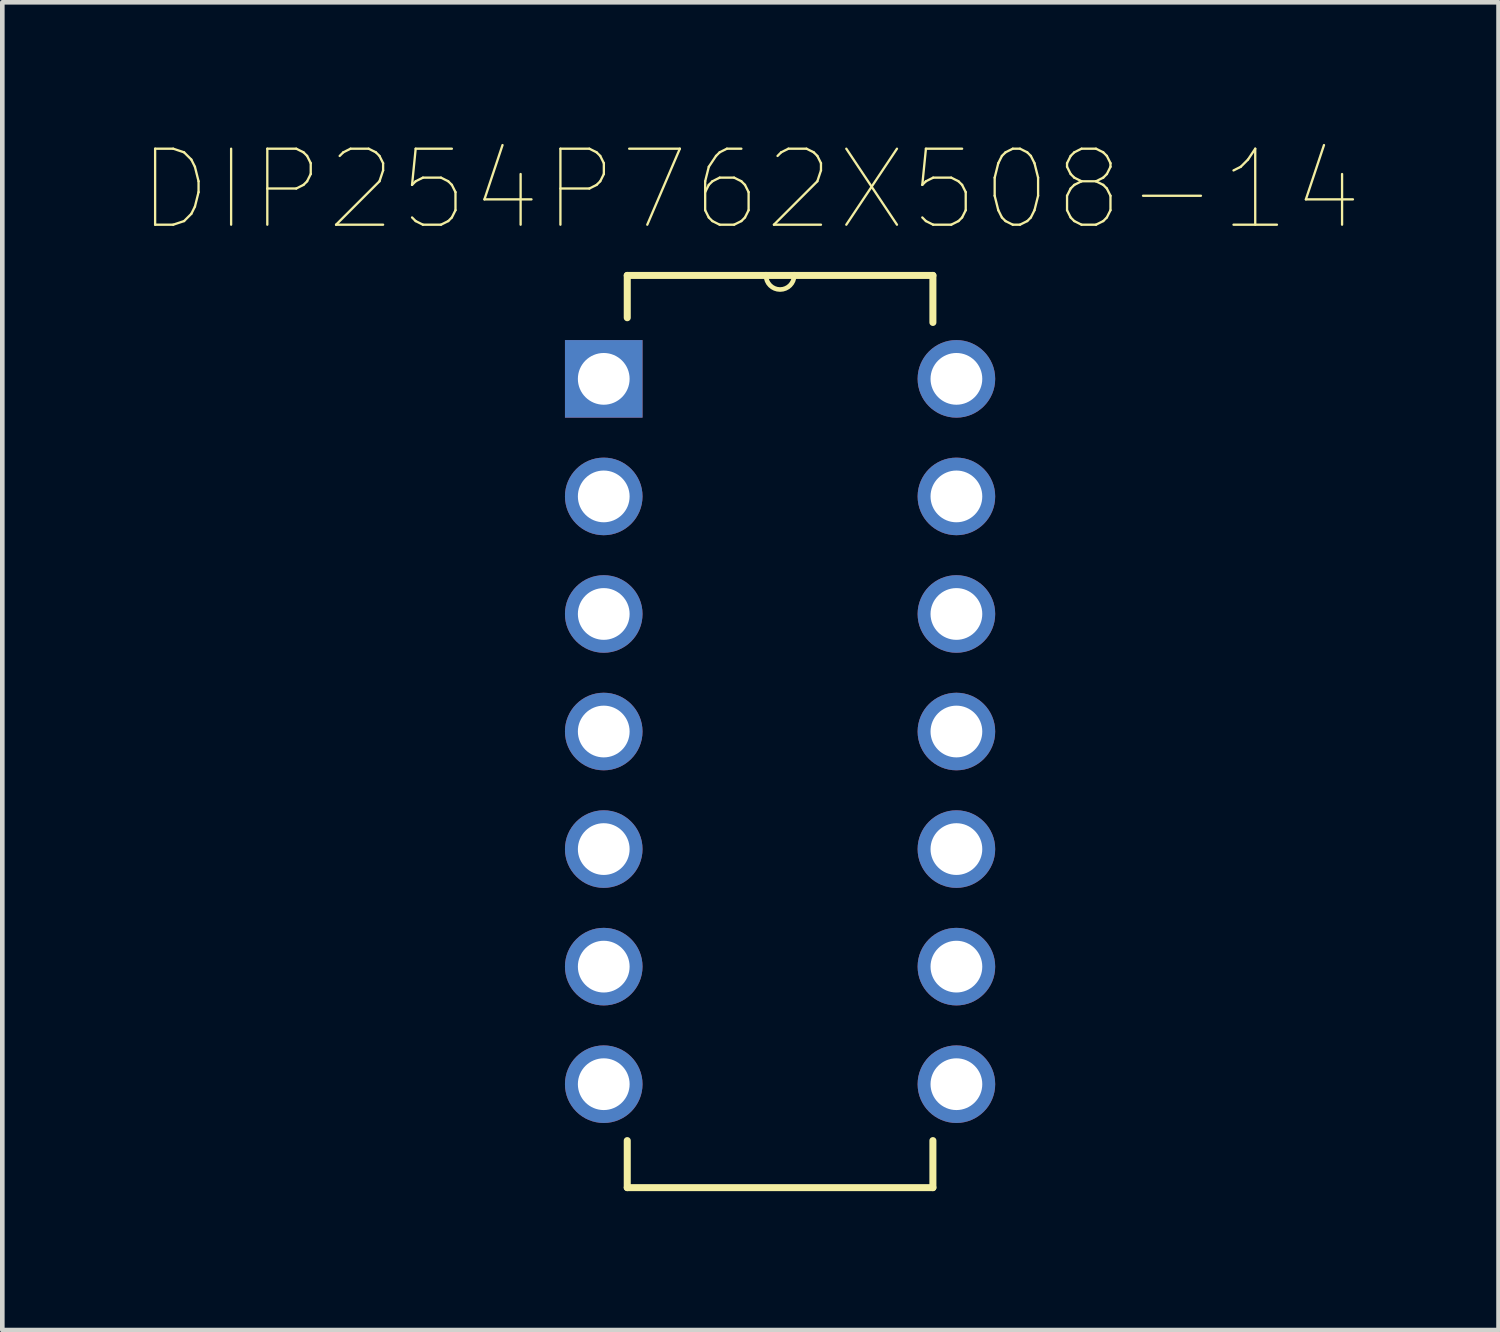
<source format=kicad_pcb>
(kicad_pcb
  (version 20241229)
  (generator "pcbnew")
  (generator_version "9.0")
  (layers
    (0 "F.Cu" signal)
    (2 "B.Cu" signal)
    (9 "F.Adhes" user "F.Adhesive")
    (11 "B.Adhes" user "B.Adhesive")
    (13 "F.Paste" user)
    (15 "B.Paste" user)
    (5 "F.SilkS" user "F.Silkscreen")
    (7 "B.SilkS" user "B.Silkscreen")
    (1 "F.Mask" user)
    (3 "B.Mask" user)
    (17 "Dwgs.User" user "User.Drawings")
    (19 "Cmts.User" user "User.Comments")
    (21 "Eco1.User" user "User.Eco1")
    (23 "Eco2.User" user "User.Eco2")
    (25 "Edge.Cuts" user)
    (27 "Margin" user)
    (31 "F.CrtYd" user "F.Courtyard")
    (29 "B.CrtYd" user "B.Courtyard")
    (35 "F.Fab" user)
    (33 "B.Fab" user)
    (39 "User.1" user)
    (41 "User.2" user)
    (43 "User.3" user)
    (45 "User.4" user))
  (footprint "DIP254P762X508-14"
    (layer "F.Cu")
    (at 17.615 20.376)
    (property "Reference" "DIP254P762X508-14" (at -4.451 -19.328 0) (layer "F.SilkS") (effects (font (size 1.642 1.642) (thickness 0.05))))
    (attr through_hole)
    (fp_line (start -7.112 -17.475) (end -7.112 -16.561) (stroke (width 0.152) (type solid)) (layer "F.SilkS"))
    (fp_line (start -7.112 1.219) (end -7.112 2.235) (stroke (width 0.152) (type solid)) (layer "F.SilkS"))
    (fp_line (start -7.112 2.235) (end -0.508 2.235) (stroke (width 0.152) (type solid)) (layer "F.SilkS"))
    (fp_line (start -4.115 -17.475) (end -7.112 -17.475) (stroke (width 0.152) (type solid)) (layer "F.SilkS"))
    (fp_line (start -3.505 -17.475) (end -4.115 -17.475) (stroke (width 0.152) (type solid)) (layer "F.SilkS"))
    (fp_line (start -0.508 -17.475) (end -3.505 -17.475) (stroke (width 0.152) (type solid)) (layer "F.SilkS"))
    (fp_line (start -0.508 -16.459) (end -0.508 -17.475) (stroke (width 0.152) (type solid)) (layer "F.SilkS"))
    (fp_line (start -0.508 2.235) (end -0.508 1.219) (stroke (width 0.152) (type solid)) (layer "F.SilkS"))
    (fp_arc (start -3.5052 -17.4752) (mid -3.81 -17.1704) (end -4.1148 -17.4752) (stroke (width 0.1) (type solid)) (layer "F.SilkS"))
    (fp_line (start -8.179 -15.799) (end -8.179 -14.681) (stroke (width 0.152) (type solid)) (layer "Eco2.User"))
    (fp_line (start -8.179 -14.681) (end -7.112 -14.681) (stroke (width 0.152) (type solid)) (layer "Eco2.User"))
    (fp_line (start -8.179 -13.259) (end -8.179 -12.141) (stroke (width 0.152) (type solid)) (layer "Eco2.User"))
    (fp_line (start -8.179 -12.141) (end -7.112 -12.141) (stroke (width 0.152) (type solid)) (layer "Eco2.User"))
    (fp_line (start -8.179 -10.719) (end -8.179 -9.601) (stroke (width 0.152) (type solid)) (layer "Eco2.User"))
    (fp_line (start -8.179 -9.601) (end -7.112 -9.601) (stroke (width 0.152) (type solid)) (layer "Eco2.User"))
    (fp_line (start -8.179 -8.179) (end -8.179 -7.061) (stroke (width 0.152) (type solid)) (layer "Eco2.User"))
    (fp_line (start -8.179 -7.061) (end -7.112 -7.061) (stroke (width 0.152) (type solid)) (layer "Eco2.User"))
    (fp_line (start -8.179 -5.639) (end -8.179 -4.521) (stroke (width 0.152) (type solid)) (layer "Eco2.User"))
    (fp_line (start -8.179 -4.521) (end -7.112 -4.521) (stroke (width 0.152) (type solid)) (layer "Eco2.User"))
    (fp_line (start -8.179 -3.099) (end -8.179 -1.981) (stroke (width 0.152) (type solid)) (layer "Eco2.User"))
    (fp_line (start -8.179 -1.981) (end -7.112 -1.981) (stroke (width 0.152) (type solid)) (layer "Eco2.User"))
    (fp_line (start -8.179 -0.559) (end -8.179 0.559) (stroke (width 0.152) (type solid)) (layer "Eco2.User"))
    (fp_line (start -8.179 0.559) (end -7.112 0.559) (stroke (width 0.152) (type solid)) (layer "Eco2.User"))
    (fp_line (start -7.112 -17.475) (end -7.112 2.235) (stroke (width 0.152) (type solid)) (layer "Eco2.User"))
    (fp_line (start -7.112 -15.799) (end -8.179 -15.799) (stroke (width 0.152) (type solid)) (layer "Eco2.User"))
    (fp_line (start -7.112 -14.681) (end -7.112 -15.799) (stroke (width 0.152) (type solid)) (layer "Eco2.User"))
    (fp_line (start -7.112 -13.259) (end -8.179 -13.259) (stroke (width 0.152) (type solid)) (layer "Eco2.User"))
    (fp_line (start -7.112 -12.141) (end -7.112 -13.259) (stroke (width 0.152) (type solid)) (layer "Eco2.User"))
    (fp_line (start -7.112 -10.719) (end -8.179 -10.719) (stroke (width 0.152) (type solid)) (layer "Eco2.User"))
    (fp_line (start -7.112 -9.601) (end -7.112 -10.719) (stroke (width 0.152) (type solid)) (layer "Eco2.User"))
    (fp_line (start -7.112 -8.179) (end -8.179 -8.179) (stroke (width 0.152) (type solid)) (layer "Eco2.User"))
    (fp_line (start -7.112 -7.061) (end -7.112 -8.179) (stroke (width 0.152) (type solid)) (layer "Eco2.User"))
    (fp_line (start -7.112 -5.639) (end -8.179 -5.639) (stroke (width 0.152) (type solid)) (layer "Eco2.User"))
    (fp_line (start -7.112 -4.521) (end -7.112 -5.639) (stroke (width 0.152) (type solid)) (layer "Eco2.User"))
    (fp_line (start -7.112 -3.099) (end -8.179 -3.099) (stroke (width 0.152) (type solid)) (layer "Eco2.User"))
    (fp_line (start -7.112 -1.981) (end -7.112 -3.099) (stroke (width 0.152) (type solid)) (layer "Eco2.User"))
    (fp_line (start -7.112 -0.559) (end -8.179 -0.559) (stroke (width 0.152) (type solid)) (layer "Eco2.User"))
    (fp_line (start -7.112 0.559) (end -7.112 -0.559) (stroke (width 0.152) (type solid)) (layer "Eco2.User"))
    (fp_line (start -7.112 2.235) (end -0.508 2.235) (stroke (width 0.152) (type solid)) (layer "Eco2.User"))
    (fp_line (start -4.115 -17.475) (end -7.112 -17.475) (stroke (width 0.152) (type solid)) (layer "Eco2.User"))
    (fp_line (start -3.505 -17.475) (end -4.115 -17.475) (stroke (width 0.152) (type solid)) (layer "Eco2.User"))
    (fp_line (start -0.508 -17.475) (end -3.505 -17.475) (stroke (width 0.152) (type solid)) (layer "Eco2.User"))
    (fp_line (start -0.508 -15.799) (end -0.508 -14.681) (stroke (width 0.152) (type solid)) (layer "Eco2.User"))
    (fp_line (start -0.508 -14.681) (end 0.559 -14.681) (stroke (width 0.152) (type solid)) (layer "Eco2.User"))
    (fp_line (start -0.508 -13.259) (end -0.508 -12.141) (stroke (width 0.152) (type solid)) (layer "Eco2.User"))
    (fp_line (start -0.508 -12.141) (end 0.559 -12.141) (stroke (width 0.152) (type solid)) (layer "Eco2.User"))
    (fp_line (start -0.508 -10.719) (end -0.508 -9.601) (stroke (width 0.152) (type solid)) (layer "Eco2.User"))
    (fp_line (start -0.508 -9.601) (end 0.559 -9.601) (stroke (width 0.152) (type solid)) (layer "Eco2.User"))
    (fp_line (start -0.508 -8.179) (end -0.508 -7.061) (stroke (width 0.152) (type solid)) (layer "Eco2.User"))
    (fp_line (start -0.508 -7.061) (end 0.559 -7.061) (stroke (width 0.152) (type solid)) (layer "Eco2.User"))
    (fp_line (start -0.508 -5.639) (end -0.508 -4.521) (stroke (width 0.152) (type solid)) (layer "Eco2.User"))
    (fp_line (start -0.508 -4.521) (end 0.559 -4.521) (stroke (width 0.152) (type solid)) (layer "Eco2.User"))
    (fp_line (start -0.508 -3.099) (end -0.508 -1.981) (stroke (width 0.152) (type solid)) (layer "Eco2.User"))
    (fp_line (start -0.508 -1.981) (end 0.559 -1.981) (stroke (width 0.152) (type solid)) (layer "Eco2.User"))
    (fp_line (start -0.508 -0.559) (end -0.508 0.559) (stroke (width 0.152) (type solid)) (layer "Eco2.User"))
    (fp_line (start -0.508 0.559) (end 0.559 0.559) (stroke (width 0.152) (type solid)) (layer "Eco2.User"))
    (fp_line (start -0.508 2.235) (end -0.508 -17.475) (stroke (width 0.152) (type solid)) (layer "Eco2.User"))
    (fp_line (start 0.559 -15.799) (end -0.508 -15.799) (stroke (width 0.152) (type solid)) (layer "Eco2.User"))
    (fp_line (start 0.559 -14.681) (end 0.559 -15.799) (stroke (width 0.152) (type solid)) (layer "Eco2.User"))
    (fp_line (start 0.559 -13.259) (end -0.508 -13.259) (stroke (width 0.152) (type solid)) (layer "Eco2.User"))
    (fp_line (start 0.559 -12.141) (end 0.559 -13.259) (stroke (width 0.152) (type solid)) (layer "Eco2.User"))
    (fp_line (start 0.559 -10.719) (end -0.508 -10.719) (stroke (width 0.152) (type solid)) (layer "Eco2.User"))
    (fp_line (start 0.559 -9.601) (end 0.559 -10.719) (stroke (width 0.152) (type solid)) (layer "Eco2.User"))
    (fp_line (start 0.559 -8.179) (end -0.508 -8.179) (stroke (width 0.152) (type solid)) (layer "Eco2.User"))
    (fp_line (start 0.559 -7.061) (end 0.559 -8.179) (stroke (width 0.152) (type solid)) (layer "Eco2.User"))
    (fp_line (start 0.559 -5.639) (end -0.508 -5.639) (stroke (width 0.152) (type solid)) (layer "Eco2.User"))
    (fp_line (start 0.559 -4.521) (end 0.559 -5.639) (stroke (width 0.152) (type solid)) (layer "Eco2.User"))
    (fp_line (start 0.559 -3.099) (end -0.508 -3.099) (stroke (width 0.152) (type solid)) (layer "Eco2.User"))
    (fp_line (start 0.559 -1.981) (end 0.559 -3.099) (stroke (width 0.152) (type solid)) (layer "Eco2.User"))
    (fp_line (start 0.559 -0.559) (end -0.508 -0.559) (stroke (width 0.152) (type solid)) (layer "Eco2.User"))
    (fp_line (start 0.559 0.559) (end 0.559 -0.559) (stroke (width 0.152) (type solid)) (layer "Eco2.User"))
    (fp_arc (start -3.5052 -17.4752) (mid -3.81 -17.1704) (end -4.1148 -17.4752) (stroke (width 0.1) (type solid)) (layer "Eco2.User"))
    (pad "1" thru_hole rect (at -7.62 -15.24) (size 1.676 1.676) (drill 1.118) (layers "*.Cu" "*.Mask"))
    (pad "2" thru_hole circle (at -7.62 -12.7) (size 1.676 1.676) (drill 1.118) (layers "*.Cu" "*.Mask"))
    (pad "3" thru_hole circle (at -7.62 -10.16) (size 1.676 1.676) (drill 1.118) (layers "*.Cu" "*.Mask"))
    (pad "4" thru_hole circle (at -7.62 -7.62) (size 1.676 1.676) (drill 1.118) (layers "*.Cu" "*.Mask"))
    (pad "5" thru_hole circle (at -7.62 -5.08) (size 1.676 1.676) (drill 1.118) (layers "*.Cu" "*.Mask"))
    (pad "6" thru_hole circle (at -7.62 -2.54) (size 1.676 1.676) (drill 1.118) (layers "*.Cu" "*.Mask"))
    (pad "7" thru_hole circle (at -7.62 0) (size 1.676 1.676) (drill 1.118) (layers "*.Cu" "*.Mask"))
    (pad "8" thru_hole circle (at 0 0) (size 1.676 1.676) (drill 1.118) (layers "*.Cu" "*.Mask"))
    (pad "9" thru_hole circle (at 0 -2.54) (size 1.676 1.676) (drill 1.118) (layers "*.Cu" "*.Mask"))
    (pad "10" thru_hole circle (at 0 -5.08) (size 1.676 1.676) (drill 1.118) (layers "*.Cu" "*.Mask"))
    (pad "11" thru_hole circle (at 0 -7.62) (size 1.676 1.676) (drill 1.118) (layers "*.Cu" "*.Mask"))
    (pad "12" thru_hole circle (at 0 -10.16) (size 1.676 1.676) (drill 1.118) (layers "*.Cu" "*.Mask"))
    (pad "13" thru_hole circle (at 0 -12.7) (size 1.676 1.676) (drill 1.118) (layers "*.Cu" "*.Mask"))
    (pad "14" thru_hole circle (at 0 -15.24) (size 1.676 1.676) (drill 1.118) (layers "*.Cu" "*.Mask")))
  (gr_rect
    (start -3 -3)
    (end 29.329 25.688)
    (stroke (width 0.1) (type default))
    (fill no)
    (layer "Edge.Cuts")))
</source>
